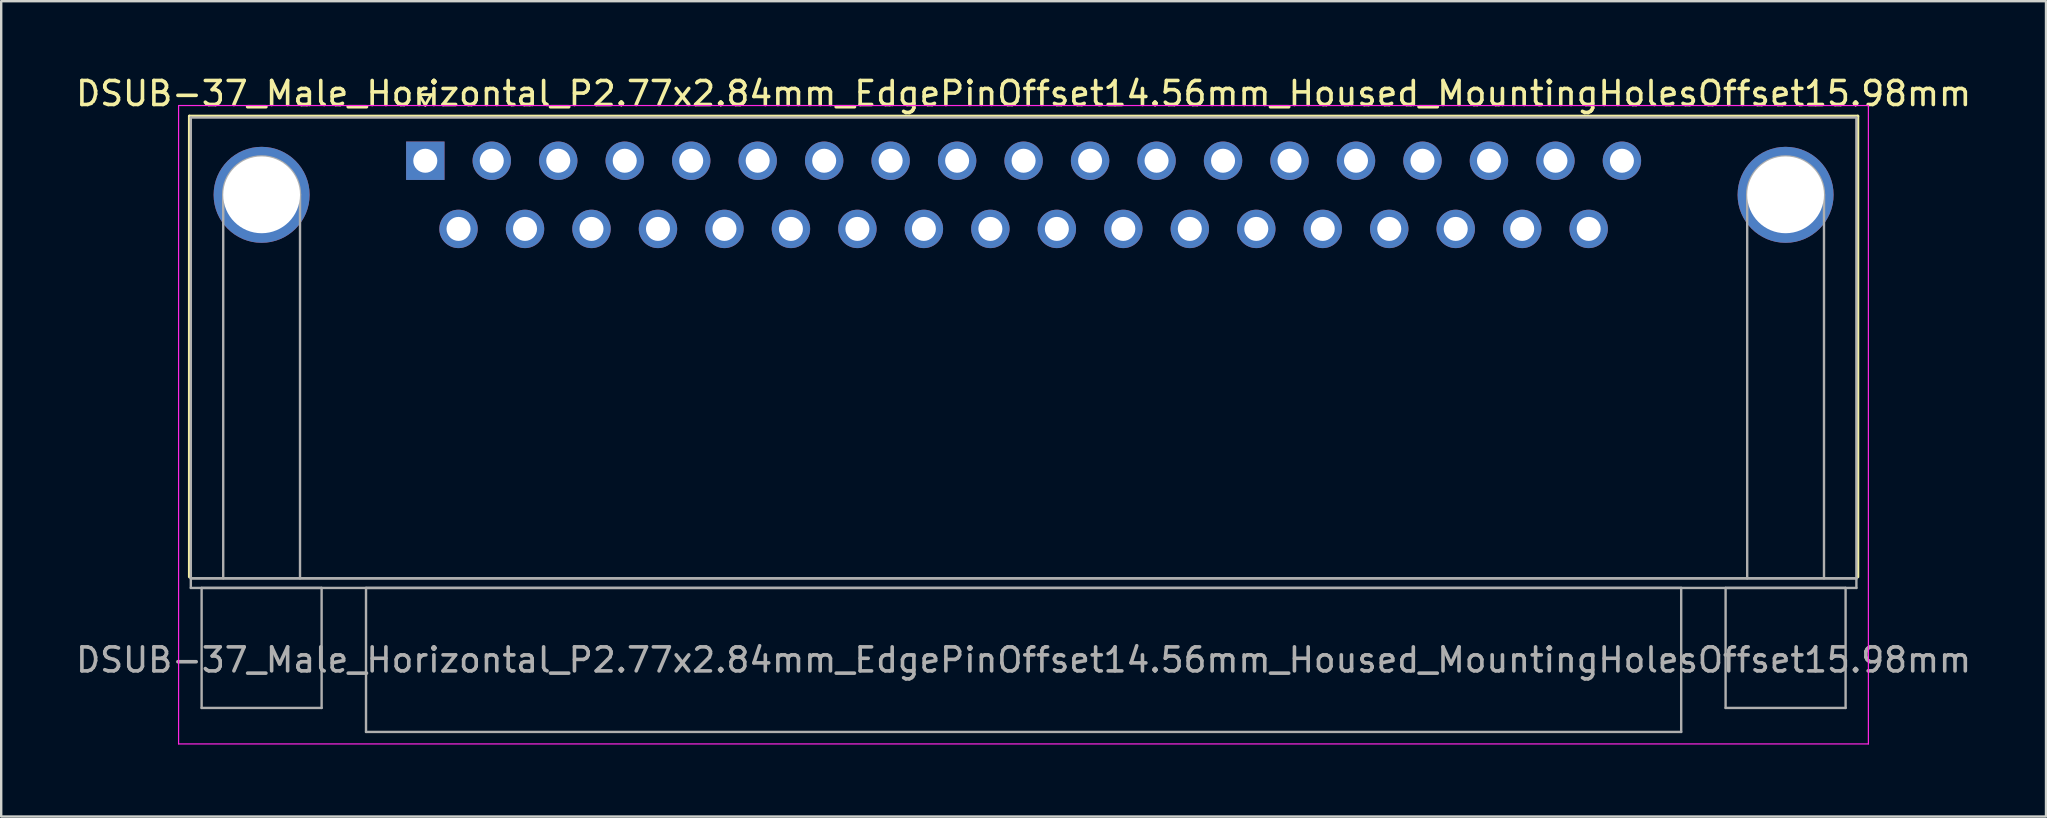
<source format=kicad_pcb>
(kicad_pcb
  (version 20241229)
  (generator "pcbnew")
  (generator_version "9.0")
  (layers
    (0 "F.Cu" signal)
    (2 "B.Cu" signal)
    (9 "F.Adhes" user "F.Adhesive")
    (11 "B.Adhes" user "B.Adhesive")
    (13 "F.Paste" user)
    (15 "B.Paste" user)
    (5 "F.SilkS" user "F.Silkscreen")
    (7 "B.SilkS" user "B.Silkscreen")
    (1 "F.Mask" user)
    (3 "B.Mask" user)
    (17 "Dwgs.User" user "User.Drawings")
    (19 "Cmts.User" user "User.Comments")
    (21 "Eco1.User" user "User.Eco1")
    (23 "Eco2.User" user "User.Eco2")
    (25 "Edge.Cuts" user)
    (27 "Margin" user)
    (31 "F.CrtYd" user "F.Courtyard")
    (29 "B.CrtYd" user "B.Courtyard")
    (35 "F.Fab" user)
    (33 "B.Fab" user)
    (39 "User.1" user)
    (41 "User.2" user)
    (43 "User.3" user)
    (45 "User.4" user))
  (footprint "DSUB-37_Male_Horizontal_P2.77x2.84mm_EdgePinOffset14.56mm_Housed_MountingHolesOffset15.98mm"
    (layer "F.Cu")
    (at 14.671 3.648)
    (property "Reference" "DSUB-37_Male_Horizontal_P2.77x2.84mm_EdgePinOffset14.56mm_Housed_MountingHolesOffset15.98mm" (at 24.93 -2.8 0) (layer "F.SilkS") (effects (font (size 1 1) (thickness 0.15))))
    (attr through_hole)
    (fp_line (start -9.83 -1.86) (end 59.69 -1.86) (stroke (width 0.12) (type solid)) (layer "F.SilkS"))
    (fp_line (start -9.83 17.34) (end -9.83 -1.86) (stroke (width 0.12) (type solid)) (layer "F.SilkS"))
    (fp_line (start -0.25 -2.754) (end 0.25 -2.754) (stroke (width 0.12) (type solid)) (layer "F.SilkS"))
    (fp_line (start 0 -2.321) (end -0.25 -2.754) (stroke (width 0.12) (type solid)) (layer "F.SilkS"))
    (fp_line (start 0.25 -2.754) (end 0 -2.321) (stroke (width 0.12) (type solid)) (layer "F.SilkS"))
    (fp_line (start 59.69 -1.86) (end 59.69 17.34) (stroke (width 0.12) (type solid)) (layer "F.SilkS"))
    (fp_line (start -10.28 -2.3) (end -10.28 24.3) (stroke (width 0.05) (type solid)) (layer "F.CrtYd"))
    (fp_line (start -10.28 24.3) (end 60.13 24.3) (stroke (width 0.05) (type solid)) (layer "F.CrtYd"))
    (fp_line (start 60.13 -2.3) (end -10.28 -2.3) (stroke (width 0.05) (type solid)) (layer "F.CrtYd"))
    (fp_line (start 60.13 24.3) (end 60.13 -2.3) (stroke (width 0.05) (type solid)) (layer "F.CrtYd"))
    (fp_line (start -9.77 -1.8) (end -9.77 17.4) (stroke (width 0.1) (type solid)) (layer "F.Fab"))
    (fp_line (start -9.77 17.4) (end -9.77 17.8) (stroke (width 0.1) (type solid)) (layer "F.Fab"))
    (fp_line (start -9.77 17.4) (end 59.63 17.4) (stroke (width 0.1) (type solid)) (layer "F.Fab"))
    (fp_line (start -9.77 17.8) (end 59.63 17.8) (stroke (width 0.1) (type solid)) (layer "F.Fab"))
    (fp_line (start -9.32 17.8) (end -9.32 22.8) (stroke (width 0.1) (type solid)) (layer "F.Fab"))
    (fp_line (start -9.32 22.8) (end -4.32 22.8) (stroke (width 0.1) (type solid)) (layer "F.Fab"))
    (fp_line (start -8.42 17.4) (end -8.42 1.42) (stroke (width 0.1) (type solid)) (layer "F.Fab"))
    (fp_line (start -5.22 17.4) (end -5.22 1.42) (stroke (width 0.1) (type solid)) (layer "F.Fab"))
    (fp_line (start -4.32 17.8) (end -9.32 17.8) (stroke (width 0.1) (type solid)) (layer "F.Fab"))
    (fp_line (start -4.32 22.8) (end -4.32 17.8) (stroke (width 0.1) (type solid)) (layer "F.Fab"))
    (fp_line (start -2.47 17.8) (end -2.47 23.8) (stroke (width 0.1) (type solid)) (layer "F.Fab"))
    (fp_line (start -2.47 23.8) (end 52.33 23.8) (stroke (width 0.1) (type solid)) (layer "F.Fab"))
    (fp_line (start 52.33 17.8) (end -2.47 17.8) (stroke (width 0.1) (type solid)) (layer "F.Fab"))
    (fp_line (start 52.33 23.8) (end 52.33 17.8) (stroke (width 0.1) (type solid)) (layer "F.Fab"))
    (fp_line (start 54.18 17.8) (end 54.18 22.8) (stroke (width 0.1) (type solid)) (layer "F.Fab"))
    (fp_line (start 54.18 22.8) (end 59.18 22.8) (stroke (width 0.1) (type solid)) (layer "F.Fab"))
    (fp_line (start 55.08 17.4) (end 55.08 1.42) (stroke (width 0.1) (type solid)) (layer "F.Fab"))
    (fp_line (start 58.28 17.4) (end 58.28 1.42) (stroke (width 0.1) (type solid)) (layer "F.Fab"))
    (fp_line (start 59.18 17.8) (end 54.18 17.8) (stroke (width 0.1) (type solid)) (layer "F.Fab"))
    (fp_line (start 59.18 22.8) (end 59.18 17.8) (stroke (width 0.1) (type solid)) (layer "F.Fab"))
    (fp_line (start 59.63 -1.8) (end -9.77 -1.8) (stroke (width 0.1) (type solid)) (layer "F.Fab"))
    (fp_line (start 59.63 17.4) (end -9.77 17.4) (stroke (width 0.1) (type solid)) (layer "F.Fab"))
    (fp_line (start 59.63 17.4) (end 59.63 -1.8) (stroke (width 0.1) (type solid)) (layer "F.Fab"))
    (fp_line (start 59.63 17.8) (end 59.63 17.4) (stroke (width 0.1) (type solid)) (layer "F.Fab"))
    (fp_arc (start -8.42 1.42) (mid -6.82 -0.18) (end -5.22 1.42) (stroke (width 0.1) (type solid)) (layer "F.Fab"))
    (fp_arc (start 55.08 1.42) (mid 56.68 -0.18) (end 58.28 1.42) (stroke (width 0.1) (type solid)) (layer "F.Fab"))
    (fp_text user "${REFERENCE}" (at 24.93 20.8 0) (layer "F.Fab") (effects (font (size 1 1) (thickness 0.15))))
    (pad "0" thru_hole circle (at -6.82 1.42) (size 4 4) (drill 3.2) (layers "*.Cu" "*.Mask"))
    (pad "0" thru_hole circle (at 56.68 1.42) (size 4 4) (drill 3.2) (layers "*.Cu" "*.Mask"))
    (pad "1" thru_hole rect (at 0 0) (size 1.6 1.6) (drill 1) (layers "*.Cu" "*.Mask"))
    (pad "2" thru_hole circle (at 2.77 0) (size 1.6 1.6) (drill 1) (layers "*.Cu" "*.Mask"))
    (pad "3" thru_hole circle (at 5.54 0) (size 1.6 1.6) (drill 1) (layers "*.Cu" "*.Mask"))
    (pad "4" thru_hole circle (at 8.31 0) (size 1.6 1.6) (drill 1) (layers "*.Cu" "*.Mask"))
    (pad "5" thru_hole circle (at 11.08 0) (size 1.6 1.6) (drill 1) (layers "*.Cu" "*.Mask"))
    (pad "6" thru_hole circle (at 13.85 0) (size 1.6 1.6) (drill 1) (layers "*.Cu" "*.Mask"))
    (pad "7" thru_hole circle (at 16.62 0) (size 1.6 1.6) (drill 1) (layers "*.Cu" "*.Mask"))
    (pad "8" thru_hole circle (at 19.39 0) (size 1.6 1.6) (drill 1) (layers "*.Cu" "*.Mask"))
    (pad "9" thru_hole circle (at 22.16 0) (size 1.6 1.6) (drill 1) (layers "*.Cu" "*.Mask"))
    (pad "10" thru_hole circle (at 24.93 0) (size 1.6 1.6) (drill 1) (layers "*.Cu" "*.Mask"))
    (pad "11" thru_hole circle (at 27.7 0) (size 1.6 1.6) (drill 1) (layers "*.Cu" "*.Mask"))
    (pad "12" thru_hole circle (at 30.47 0) (size 1.6 1.6) (drill 1) (layers "*.Cu" "*.Mask"))
    (pad "13" thru_hole circle (at 33.24 0) (size 1.6 1.6) (drill 1) (layers "*.Cu" "*.Mask"))
    (pad "14" thru_hole circle (at 36.01 0) (size 1.6 1.6) (drill 1) (layers "*.Cu" "*.Mask"))
    (pad "15" thru_hole circle (at 38.78 0) (size 1.6 1.6) (drill 1) (layers "*.Cu" "*.Mask"))
    (pad "16" thru_hole circle (at 41.55 0) (size 1.6 1.6) (drill 1) (layers "*.Cu" "*.Mask"))
    (pad "17" thru_hole circle (at 44.32 0) (size 1.6 1.6) (drill 1) (layers "*.Cu" "*.Mask"))
    (pad "18" thru_hole circle (at 47.09 0) (size 1.6 1.6) (drill 1) (layers "*.Cu" "*.Mask"))
    (pad "19" thru_hole circle (at 49.86 0) (size 1.6 1.6) (drill 1) (layers "*.Cu" "*.Mask"))
    (pad "20" thru_hole circle (at 1.385 2.84) (size 1.6 1.6) (drill 1) (layers "*.Cu" "*.Mask"))
    (pad "21" thru_hole circle (at 4.155 2.84) (size 1.6 1.6) (drill 1) (layers "*.Cu" "*.Mask"))
    (pad "22" thru_hole circle (at 6.925 2.84) (size 1.6 1.6) (drill 1) (layers "*.Cu" "*.Mask"))
    (pad "23" thru_hole circle (at 9.695 2.84) (size 1.6 1.6) (drill 1) (layers "*.Cu" "*.Mask"))
    (pad "24" thru_hole circle (at 12.465 2.84) (size 1.6 1.6) (drill 1) (layers "*.Cu" "*.Mask"))
    (pad "25" thru_hole circle (at 15.235 2.84) (size 1.6 1.6) (drill 1) (layers "*.Cu" "*.Mask"))
    (pad "26" thru_hole circle (at 18.005 2.84) (size 1.6 1.6) (drill 1) (layers "*.Cu" "*.Mask"))
    (pad "27" thru_hole circle (at 20.775 2.84) (size 1.6 1.6) (drill 1) (layers "*.Cu" "*.Mask"))
    (pad "28" thru_hole circle (at 23.545 2.84) (size 1.6 1.6) (drill 1) (layers "*.Cu" "*.Mask"))
    (pad "29" thru_hole circle (at 26.315 2.84) (size 1.6 1.6) (drill 1) (layers "*.Cu" "*.Mask"))
    (pad "30" thru_hole circle (at 29.085 2.84) (size 1.6 1.6) (drill 1) (layers "*.Cu" "*.Mask"))
    (pad "31" thru_hole circle (at 31.855 2.84) (size 1.6 1.6) (drill 1) (layers "*.Cu" "*.Mask"))
    (pad "32" thru_hole circle (at 34.625 2.84) (size 1.6 1.6) (drill 1) (layers "*.Cu" "*.Mask"))
    (pad "33" thru_hole circle (at 37.395 2.84) (size 1.6 1.6) (drill 1) (layers "*.Cu" "*.Mask"))
    (pad "34" thru_hole circle (at 40.165 2.84) (size 1.6 1.6) (drill 1) (layers "*.Cu" "*.Mask"))
    (pad "35" thru_hole circle (at 42.935 2.84) (size 1.6 1.6) (drill 1) (layers "*.Cu" "*.Mask"))
    (pad "36" thru_hole circle (at 45.705 2.84) (size 1.6 1.6) (drill 1) (layers "*.Cu" "*.Mask"))
    (pad "37" thru_hole circle (at 48.475 2.84) (size 1.6 1.6) (drill 1) (layers "*.Cu" "*.Mask")))
  (gr_rect
    (start -3 -3)
    (end 82.202 30.973)
    (stroke (width 0.1) (type default))
    (fill no)
    (layer "Edge.Cuts")))
</source>
